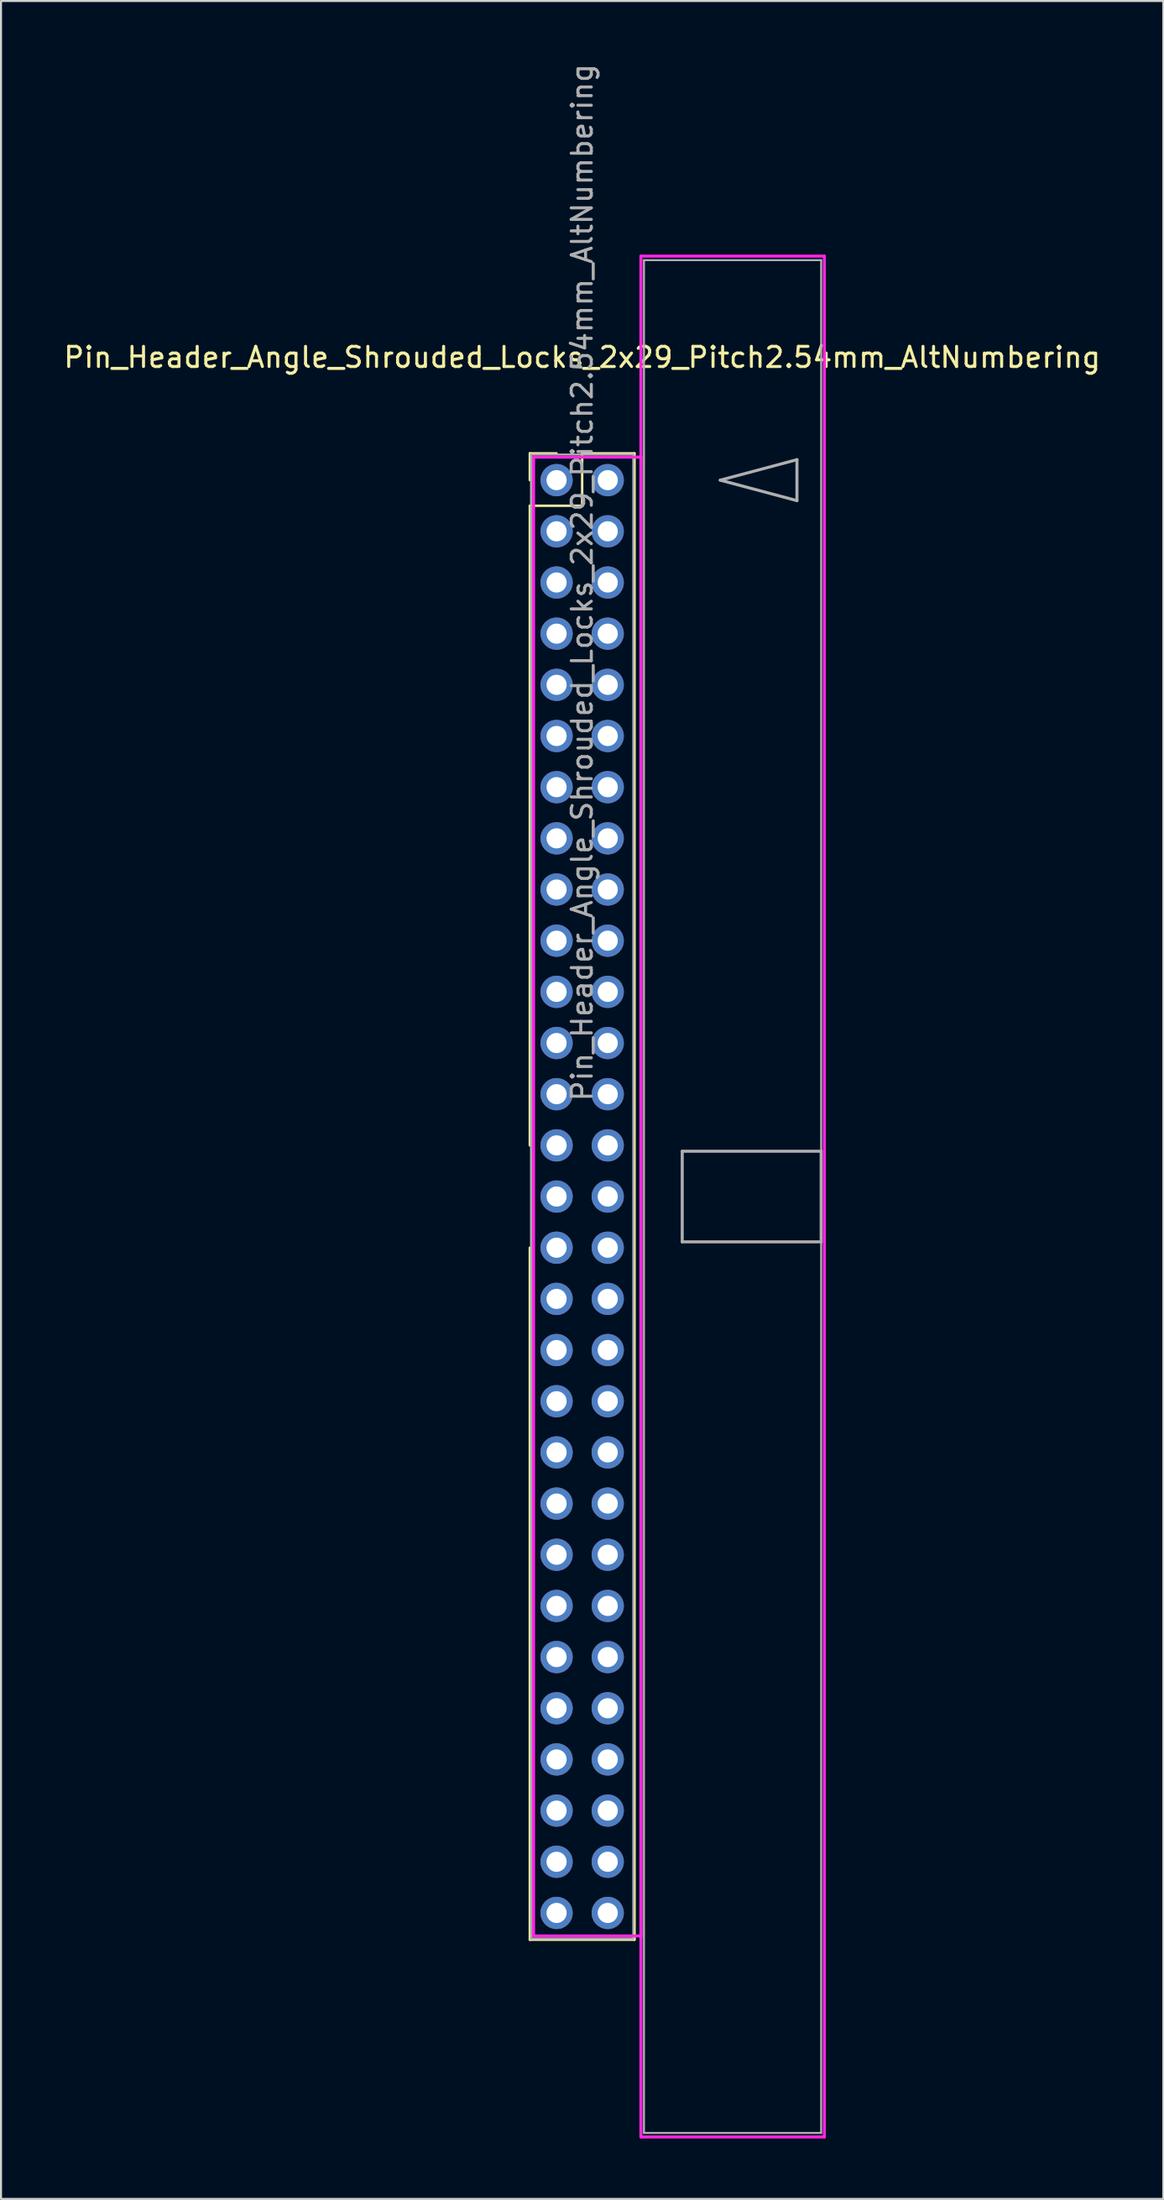
<source format=kicad_pcb>
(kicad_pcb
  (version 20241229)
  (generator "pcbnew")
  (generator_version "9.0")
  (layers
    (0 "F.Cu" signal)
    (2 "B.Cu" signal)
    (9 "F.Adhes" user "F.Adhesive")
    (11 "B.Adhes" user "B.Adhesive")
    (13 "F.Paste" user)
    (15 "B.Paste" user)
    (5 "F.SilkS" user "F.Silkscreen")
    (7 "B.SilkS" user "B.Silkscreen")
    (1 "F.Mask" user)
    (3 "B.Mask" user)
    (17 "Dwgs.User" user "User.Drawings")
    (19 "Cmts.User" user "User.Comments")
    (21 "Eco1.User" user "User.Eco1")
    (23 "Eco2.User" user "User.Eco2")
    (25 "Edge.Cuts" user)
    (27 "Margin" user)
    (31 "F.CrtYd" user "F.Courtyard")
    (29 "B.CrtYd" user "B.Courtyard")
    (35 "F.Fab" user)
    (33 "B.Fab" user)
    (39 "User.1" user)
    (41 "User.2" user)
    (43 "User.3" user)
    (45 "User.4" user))
  (footprint "Pin_Header_Angle_Shrouded_Locks_2x29_Pitch2.54mm_AltNumbering"
    (layer "F.Cu")
    (at 24.593 20.783)
    (property "Reference" "Pin_Header_Angle_Shrouded_Locks_2x29_Pitch2.54mm_AltNumbering" (at 1.27 -6.096 0) (layer "F.SilkS") (effects (font (size 1 1) (thickness 0.15))))
    (attr through_hole)
    (fp_line (start -1.33 -1.33) (end 0 -1.33) (stroke (width 0.12) (type solid)) (layer "F.SilkS"))
    (fp_line (start -1.33 0) (end -1.33 -1.33) (stroke (width 0.12) (type solid)) (layer "F.SilkS"))
    (fp_line (start -1.33 1.27) (end -1.33 33.02) (stroke (width 0.12) (type solid)) (layer "F.SilkS"))
    (fp_line (start -1.33 1.27) (end 1.27 1.27) (stroke (width 0.12) (type solid)) (layer "F.SilkS"))
    (fp_line (start -1.33 38.1) (end -1.33 72.45) (stroke (width 0.12) (type solid)) (layer "F.SilkS"))
    (fp_line (start -1.33 72.45) (end 3.87 72.45) (stroke (width 0.12) (type solid)) (layer "F.SilkS"))
    (fp_line (start 1.27 -1.33) (end 3.87 -1.33) (stroke (width 0.12) (type solid)) (layer "F.SilkS"))
    (fp_line (start 1.27 1.27) (end 1.27 -1.33) (stroke (width 0.12) (type solid)) (layer "F.SilkS"))
    (fp_line (start 3.87 -1.33) (end 3.87 72.45) (stroke (width 0.12) (type solid)) (layer "F.SilkS"))
    (fp_line (start -1.143 -1.143) (end -1.143 72.263) (stroke (width 0.15) (type solid)) (layer "F.CrtYd"))
    (fp_line (start -1.143 72.263) (end 4.19 72.263) (stroke (width 0.15) (type solid)) (layer "F.CrtYd"))
    (fp_line (start 4.19 -11.12) (end 4.19 82.24) (stroke (width 0.15) (type solid)) (layer "F.CrtYd"))
    (fp_line (start 4.19 -1.143) (end -1.143 -1.143) (stroke (width 0.15) (type solid)) (layer "F.CrtYd"))
    (fp_line (start 4.19 72.263) (end 4.19 -1.143) (stroke (width 0.15) (type solid)) (layer "F.CrtYd"))
    (fp_line (start 4.19 82.24) (end 13.3 82.24) (stroke (width 0.15) (type solid)) (layer "F.CrtYd"))
    (fp_line (start 13.3 -11.12) (end 4.19 -11.12) (stroke (width 0.15) (type solid)) (layer "F.CrtYd"))
    (fp_line (start 13.3 82.24) (end 13.3 -11.12) (stroke (width 0.15) (type solid)) (layer "F.CrtYd"))
    (fp_line (start -1.27 -1.27) (end -1.27 72.39) (stroke (width 0.1) (type solid)) (layer "F.Fab"))
    (fp_line (start -1.27 72.39) (end 3.81 72.39) (stroke (width 0.1) (type solid)) (layer "F.Fab"))
    (fp_line (start 3.81 -1.27) (end -1.27 -1.27) (stroke (width 0.1) (type solid)) (layer "F.Fab"))
    (fp_line (start 3.81 72.39) (end 3.81 -1.27) (stroke (width 0.1) (type solid)) (layer "F.Fab"))
    (fp_line (start 4.34 -10.92) (end 4.34 82.04) (stroke (width 0.1) (type solid)) (layer "F.Fab"))
    (fp_line (start 4.34 82.04) (end 13.14 82.04) (stroke (width 0.1) (type solid)) (layer "F.Fab"))
    (fp_line (start 6.24 33.31) (end 6.24 37.81) (stroke (width 0.15) (type solid)) (layer "F.Fab"))
    (fp_line (start 6.24 37.81) (end 13.14 37.81) (stroke (width 0.15) (type solid)) (layer "F.Fab"))
    (fp_line (start 8.128 0) (end 11.938 -1.016) (stroke (width 0.15) (type solid)) (layer "F.Fab"))
    (fp_line (start 11.938 -1.016) (end 11.938 1.016) (stroke (width 0.15) (type solid)) (layer "F.Fab"))
    (fp_line (start 11.938 1.016) (end 8.128 0) (stroke (width 0.15) (type solid)) (layer "F.Fab"))
    (fp_line (start 13.14 -10.92) (end 4.34 -10.92) (stroke (width 0.1) (type solid)) (layer "F.Fab"))
    (fp_line (start 13.14 33.31) (end 6.24 33.31) (stroke (width 0.15) (type solid)) (layer "F.Fab"))
    (fp_line (start 13.14 37.81) (end 13.14 33.31) (stroke (width 0.15) (type solid)) (layer "F.Fab"))
    (fp_line (start 13.14 82.04) (end 13.14 -10.92) (stroke (width 0.1) (type solid)) (layer "F.Fab"))
    (fp_text user "${REFERENCE}" (at 1.27 5.08 90) (layer "F.Fab") (effects (font (size 1 1) (thickness 0.15))))
    (pad "1" thru_hole oval (at 0 0) (size 1.6 1.6) (drill 1) (layers "*.Cu" "*.Mask"))
    (pad "2" thru_hole oval (at 0 2.54) (size 1.6 1.6) (drill 1) (layers "*.Cu" "*.Mask"))
    (pad "3" thru_hole oval (at 0 5.08) (size 1.6 1.6) (drill 1) (layers "*.Cu" "*.Mask"))
    (pad "4" thru_hole oval (at 0 7.62) (size 1.6 1.6) (drill 1) (layers "*.Cu" "*.Mask"))
    (pad "5" thru_hole oval (at 0 10.16) (size 1.6 1.6) (drill 1) (layers "*.Cu" "*.Mask"))
    (pad "6" thru_hole oval (at 0 12.7) (size 1.6 1.6) (drill 1) (layers "*.Cu" "*.Mask"))
    (pad "7" thru_hole oval (at 0 15.24) (size 1.6 1.6) (drill 1) (layers "*.Cu" "*.Mask"))
    (pad "8" thru_hole oval (at 0 17.78) (size 1.6 1.6) (drill 1) (layers "*.Cu" "*.Mask"))
    (pad "9" thru_hole oval (at 0 20.32) (size 1.6 1.6) (drill 1) (layers "*.Cu" "*.Mask"))
    (pad "10" thru_hole oval (at 0 22.86) (size 1.6 1.6) (drill 1) (layers "*.Cu" "*.Mask"))
    (pad "11" thru_hole oval (at 0 25.4) (size 1.6 1.6) (drill 1) (layers "*.Cu" "*.Mask"))
    (pad "12" thru_hole oval (at 0 27.94) (size 1.6 1.6) (drill 1) (layers "*.Cu" "*.Mask"))
    (pad "13" thru_hole oval (at 0 30.48) (size 1.6 1.6) (drill 1) (layers "*.Cu" "*.Mask"))
    (pad "14" thru_hole oval (at 0 33.02) (size 1.6 1.6) (drill 1) (layers "*.Cu" "*.Mask"))
    (pad "15" thru_hole oval (at 0 35.56) (size 1.6 1.6) (drill 1) (layers "*.Cu" "*.Mask"))
    (pad "16" thru_hole oval (at 0 38.1) (size 1.6 1.6) (drill 1) (layers "*.Cu" "*.Mask"))
    (pad "17" thru_hole oval (at 0 40.64) (size 1.6 1.6) (drill 1) (layers "*.Cu" "*.Mask"))
    (pad "18" thru_hole oval (at 0 43.18) (size 1.6 1.6) (drill 1) (layers "*.Cu" "*.Mask"))
    (pad "19" thru_hole oval (at 0 45.72) (size 1.6 1.6) (drill 1) (layers "*.Cu" "*.Mask"))
    (pad "20" thru_hole oval (at 0 48.26) (size 1.6 1.6) (drill 1) (layers "*.Cu" "*.Mask"))
    (pad "21" thru_hole oval (at 0 50.8) (size 1.6 1.6) (drill 1) (layers "*.Cu" "*.Mask"))
    (pad "22" thru_hole oval (at 0 53.34) (size 1.6 1.6) (drill 1) (layers "*.Cu" "*.Mask"))
    (pad "23" thru_hole oval (at 0 55.88) (size 1.6 1.6) (drill 1) (layers "*.Cu" "*.Mask"))
    (pad "24" thru_hole oval (at 0 58.42) (size 1.6 1.6) (drill 1) (layers "*.Cu" "*.Mask"))
    (pad "25" thru_hole oval (at 0 60.96) (size 1.6 1.6) (drill 1) (layers "*.Cu" "*.Mask"))
    (pad "26" thru_hole oval (at 0 63.5) (size 1.6 1.6) (drill 1) (layers "*.Cu" "*.Mask"))
    (pad "27" thru_hole oval (at 0 66.04) (size 1.6 1.6) (drill 1) (layers "*.Cu" "*.Mask"))
    (pad "28" thru_hole oval (at 0 68.58) (size 1.6 1.6) (drill 1) (layers "*.Cu" "*.Mask"))
    (pad "29" thru_hole oval (at 0 71.12) (size 1.6 1.6) (drill 1) (layers "*.Cu" "*.Mask"))
    (pad "30" thru_hole oval (at 2.54 0) (size 1.6 1.6) (drill 1) (layers "*.Cu" "*.Mask"))
    (pad "31" thru_hole oval (at 2.54 2.54) (size 1.6 1.6) (drill 1) (layers "*.Cu" "*.Mask"))
    (pad "32" thru_hole oval (at 2.54 5.08) (size 1.6 1.6) (drill 1) (layers "*.Cu" "*.Mask"))
    (pad "33" thru_hole oval (at 2.54 7.62) (size 1.6 1.6) (drill 1) (layers "*.Cu" "*.Mask"))
    (pad "34" thru_hole oval (at 2.54 10.16) (size 1.6 1.6) (drill 1) (layers "*.Cu" "*.Mask"))
    (pad "35" thru_hole oval (at 2.54 12.7) (size 1.6 1.6) (drill 1) (layers "*.Cu" "*.Mask"))
    (pad "36" thru_hole oval (at 2.54 15.24) (size 1.6 1.6) (drill 1) (layers "*.Cu" "*.Mask"))
    (pad "37" thru_hole oval (at 2.54 17.78) (size 1.6 1.6) (drill 1) (layers "*.Cu" "*.Mask"))
    (pad "38" thru_hole oval (at 2.54 20.32) (size 1.6 1.6) (drill 1) (layers "*.Cu" "*.Mask"))
    (pad "39" thru_hole oval (at 2.54 22.86) (size 1.6 1.6) (drill 1) (layers "*.Cu" "*.Mask"))
    (pad "40" thru_hole oval (at 2.54 25.4) (size 1.6 1.6) (drill 1) (layers "*.Cu" "*.Mask"))
    (pad "41" thru_hole oval (at 2.54 27.94) (size 1.6 1.6) (drill 1) (layers "*.Cu" "*.Mask"))
    (pad "42" thru_hole oval (at 2.54 30.48) (size 1.6 1.6) (drill 1) (layers "*.Cu" "*.Mask"))
    (pad "43" thru_hole oval (at 2.54 33.02) (size 1.6 1.6) (drill 1) (layers "*.Cu" "*.Mask"))
    (pad "44" thru_hole oval (at 2.54 35.56) (size 1.6 1.6) (drill 1) (layers "*.Cu" "*.Mask"))
    (pad "45" thru_hole oval (at 2.54 38.1) (size 1.6 1.6) (drill 1) (layers "*.Cu" "*.Mask"))
    (pad "46" thru_hole oval (at 2.54 40.64) (size 1.6 1.6) (drill 1) (layers "*.Cu" "*.Mask"))
    (pad "47" thru_hole oval (at 2.54 43.18) (size 1.6 1.6) (drill 1) (layers "*.Cu" "*.Mask"))
    (pad "48" thru_hole oval (at 2.54 45.72) (size 1.6 1.6) (drill 1) (layers "*.Cu" "*.Mask"))
    (pad "49" thru_hole oval (at 2.54 48.26) (size 1.6 1.6) (drill 1) (layers "*.Cu" "*.Mask"))
    (pad "50" thru_hole oval (at 2.54 50.8) (size 1.6 1.6) (drill 1) (layers "*.Cu" "*.Mask"))
    (pad "51" thru_hole oval (at 2.54 53.34) (size 1.6 1.6) (drill 1) (layers "*.Cu" "*.Mask"))
    (pad "52" thru_hole oval (at 2.54 55.88) (size 1.6 1.6) (drill 1) (layers "*.Cu" "*.Mask"))
    (pad "53" thru_hole oval (at 2.54 58.42) (size 1.6 1.6) (drill 1) (layers "*.Cu" "*.Mask"))
    (pad "54" thru_hole oval (at 2.54 60.96) (size 1.6 1.6) (drill 1) (layers "*.Cu" "*.Mask"))
    (pad "55" thru_hole oval (at 2.54 63.5) (size 1.6 1.6) (drill 1) (layers "*.Cu" "*.Mask"))
    (pad "56" thru_hole oval (at 2.54 66.04) (size 1.6 1.6) (drill 1) (layers "*.Cu" "*.Mask"))
    (pad "57" thru_hole oval (at 2.54 68.58) (size 1.6 1.6) (drill 1) (layers "*.Cu" "*.Mask"))
    (pad "58" thru_hole oval (at 2.54 71.12) (size 1.6 1.6) (drill 1) (layers "*.Cu" "*.Mask")))
  (gr_rect
    (start -3 -3)
    (end 54.726 106.098)
    (stroke (width 0.1) (type default))
    (fill no)
    (layer "Edge.Cuts")))
</source>
